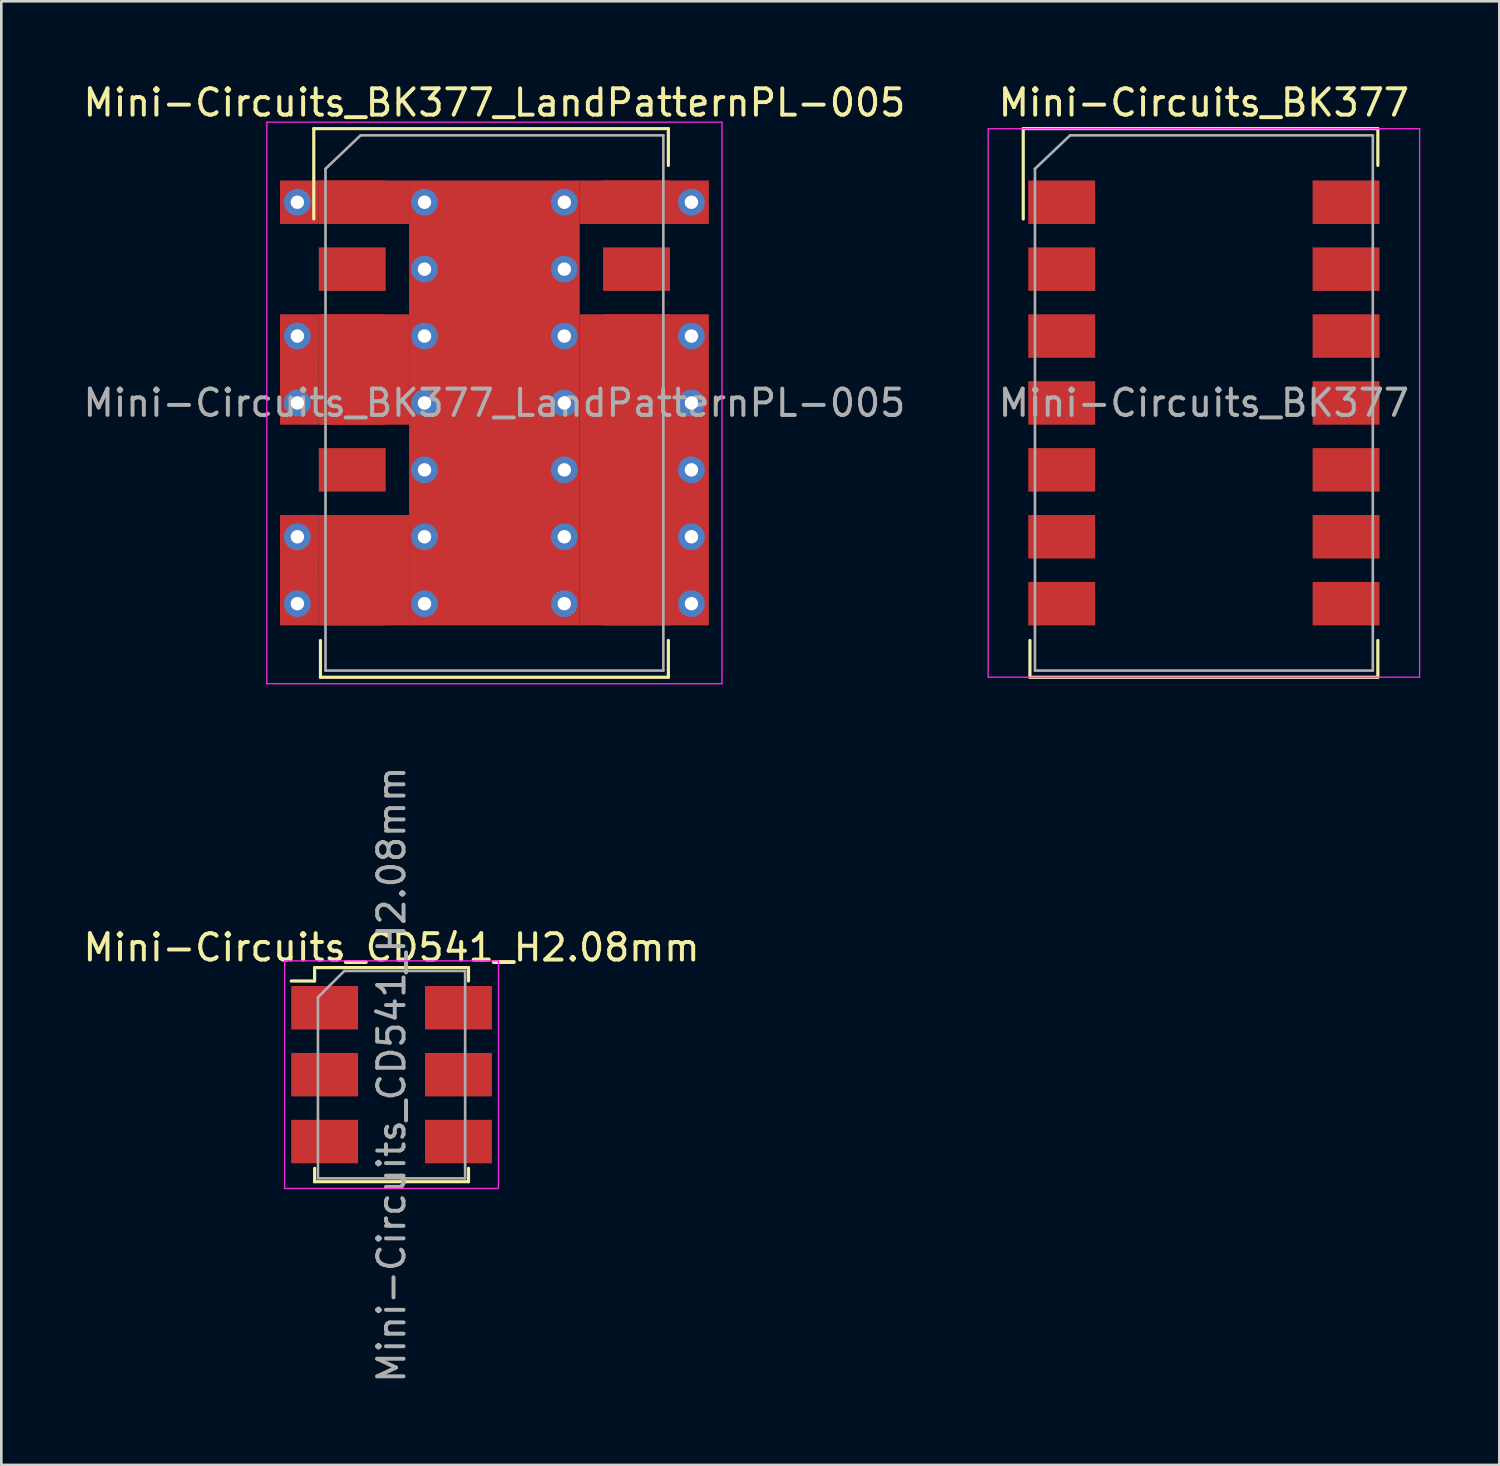
<source format=kicad_pcb>
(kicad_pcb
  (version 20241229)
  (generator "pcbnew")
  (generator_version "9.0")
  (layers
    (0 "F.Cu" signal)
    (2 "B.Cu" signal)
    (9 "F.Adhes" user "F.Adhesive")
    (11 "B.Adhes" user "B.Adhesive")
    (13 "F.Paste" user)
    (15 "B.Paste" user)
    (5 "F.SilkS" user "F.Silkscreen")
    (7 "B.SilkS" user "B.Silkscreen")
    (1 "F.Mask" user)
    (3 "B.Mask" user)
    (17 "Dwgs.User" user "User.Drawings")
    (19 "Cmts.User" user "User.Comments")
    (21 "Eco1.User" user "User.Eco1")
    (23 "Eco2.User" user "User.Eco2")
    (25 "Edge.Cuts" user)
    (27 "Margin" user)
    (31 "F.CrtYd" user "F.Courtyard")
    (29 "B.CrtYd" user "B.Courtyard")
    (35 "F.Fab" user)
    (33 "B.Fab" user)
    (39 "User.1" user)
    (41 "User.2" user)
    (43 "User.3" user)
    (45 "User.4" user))
  (footprint "Mini-Circuits_BK377"
    (layer "F.Cu")
    (at 42.655 12.248)
    (property "Reference" "Mini-Circuits_BK377" (at 0 -11.4 0) (layer "F.SilkS") (effects (font (size 1 1) (thickness 0.15))))
    (attr smd)
    (fp_line (start -6.858 -10.414) (end 6.604 -10.414) (stroke (width 0.12) (type solid)) (layer "F.SilkS"))
    (fp_line (start -6.858 -6.985) (end -6.858 -10.414) (stroke (width 0.12) (type solid)) (layer "F.SilkS"))
    (fp_line (start -6.604 9.017) (end -6.604 10.414) (stroke (width 0.12) (type solid)) (layer "F.SilkS"))
    (fp_line (start -6.604 10.414) (end 6.604 10.414) (stroke (width 0.12) (type solid)) (layer "F.SilkS"))
    (fp_line (start 6.604 -10.414) (end 6.604 -9.017) (stroke (width 0.12) (type solid)) (layer "F.SilkS"))
    (fp_line (start 6.604 10.414) (end 6.604 9.017) (stroke (width 0.12) (type solid)) (layer "F.SilkS"))
    (fp_line (start -8.19 -10.41) (end -8.19 10.41) (stroke (width 0.05) (type solid)) (layer "F.CrtYd"))
    (fp_line (start -8.19 -10.41) (end 8.19 -10.41) (stroke (width 0.05) (type solid)) (layer "F.CrtYd"))
    (fp_line (start 8.19 10.41) (end -8.19 10.41) (stroke (width 0.05) (type solid)) (layer "F.CrtYd"))
    (fp_line (start 8.19 10.41) (end 8.19 -10.41) (stroke (width 0.05) (type solid)) (layer "F.CrtYd"))
    (fp_line (start -6.413 -8.89) (end -6.413 10.16) (stroke (width 0.1) (type solid)) (layer "F.Fab"))
    (fp_line (start -6.413 10.16) (end 6.413 10.16) (stroke (width 0.1) (type solid)) (layer "F.Fab"))
    (fp_line (start -5.08 -10.16) (end -6.413 -8.89) (stroke (width 0.1) (type solid)) (layer "F.Fab"))
    (fp_line (start 6.413 -10.16) (end -5.08 -10.16) (stroke (width 0.1) (type solid)) (layer "F.Fab"))
    (fp_line (start 6.413 10.16) (end 6.413 -10.16) (stroke (width 0.1) (type solid)) (layer "F.Fab"))
    (fp_text user "${REFERENCE}" (at 0 0 0) (layer "F.Fab") (effects (font (size 1 1) (thickness 0.15))))
    (pad "1" smd rect (at -6.668 -7.62) (size 2.54 1.651) (drill (offset 1.27 0)) (layers "F.Cu" "F.Mask" "F.Paste"))
    (pad "2" smd rect (at -5.397 -5.08) (size 2.54 1.651) (layers "F.Cu" "F.Mask" "F.Paste"))
    (pad "3" smd rect (at -6.668 -2.54) (size 2.54 1.651) (drill (offset 1.27 0)) (layers "F.Cu" "F.Mask" "F.Paste"))
    (pad "4" smd rect (at -6.668 0) (size 2.54 1.651) (drill (offset 1.27 0)) (layers "F.Cu" "F.Mask" "F.Paste"))
    (pad "5" smd rect (at -5.397 2.54) (size 2.54 1.651) (layers "F.Cu" "F.Mask" "F.Paste"))
    (pad "6" smd rect (at -6.668 5.08) (size 2.54 1.651) (drill (offset 1.27 0)) (layers "F.Cu" "F.Mask" "F.Paste"))
    (pad "7" smd rect (at -6.668 7.62) (size 2.54 1.651) (drill (offset 1.27 0)) (layers "F.Cu" "F.Mask" "F.Paste"))
    (pad "8" smd rect (at 6.668 7.62) (size 2.54 1.651) (drill (offset -1.27 0)) (layers "F.Cu" "F.Mask" "F.Paste"))
    (pad "9" smd rect (at 6.668 5.08) (size 2.54 1.651) (drill (offset -1.27 0)) (layers "F.Cu" "F.Mask" "F.Paste"))
    (pad "10" smd rect (at 6.668 2.54) (size 2.54 1.651) (drill (offset -1.27 0)) (layers "F.Cu" "F.Mask" "F.Paste"))
    (pad "11" smd rect (at 6.668 0) (size 2.54 1.651) (drill (offset -1.27 0)) (layers "F.Cu" "F.Mask" "F.Paste"))
    (pad "12" smd rect (at 6.668 -2.54) (size 2.54 1.651) (drill (offset -1.27 0)) (layers "F.Cu" "F.Mask" "F.Paste"))
    (pad "13" smd rect (at 5.397 -5.08) (size 2.54 1.651) (layers "F.Cu" "F.Mask" "F.Paste"))
    (pad "14" smd rect (at 5.397 -7.62) (size 2.54 1.651) (layers "F.Cu" "F.Mask" "F.Paste")))
  (footprint "Mini-Circuits_BK377_LandPatternPL-005"
    (layer "F.Cu")
    (at 15.72 12.248)
    (property "Reference" "Mini-Circuits_BK377_LandPatternPL-005" (at 0 -11.4 0) (layer "F.SilkS") (effects (font (size 1 1) (thickness 0.15))))
    (attr smd)
    (fp_line (start -6.858 -10.414) (end 6.604 -10.414) (stroke (width 0.12) (type solid)) (layer "F.SilkS"))
    (fp_line (start -6.858 -6.985) (end -6.858 -10.414) (stroke (width 0.12) (type solid)) (layer "F.SilkS"))
    (fp_line (start -6.604 9.017) (end -6.604 10.414) (stroke (width 0.12) (type solid)) (layer "F.SilkS"))
    (fp_line (start -6.604 10.414) (end 6.604 10.414) (stroke (width 0.12) (type solid)) (layer "F.SilkS"))
    (fp_line (start 6.604 -10.414) (end 6.604 -9.017) (stroke (width 0.12) (type solid)) (layer "F.SilkS"))
    (fp_line (start 6.604 10.414) (end 6.604 9.017) (stroke (width 0.12) (type solid)) (layer "F.SilkS"))
    (fp_line (start -8.64 -10.66) (end -8.64 10.66) (stroke (width 0.05) (type solid)) (layer "F.CrtYd"))
    (fp_line (start -8.64 -10.66) (end 8.64 -10.66) (stroke (width 0.05) (type solid)) (layer "F.CrtYd"))
    (fp_line (start 8.64 10.66) (end -8.64 10.66) (stroke (width 0.05) (type solid)) (layer "F.CrtYd"))
    (fp_line (start 8.64 10.66) (end 8.64 -10.66) (stroke (width 0.05) (type solid)) (layer "F.CrtYd"))
    (fp_line (start -6.413 -8.89) (end -6.413 10.16) (stroke (width 0.1) (type solid)) (layer "F.Fab"))
    (fp_line (start -6.413 10.16) (end 6.413 10.16) (stroke (width 0.1) (type solid)) (layer "F.Fab"))
    (fp_line (start -5.08 -10.16) (end -6.413 -8.89) (stroke (width 0.1) (type solid)) (layer "F.Fab"))
    (fp_line (start 6.413 -10.16) (end -5.08 -10.16) (stroke (width 0.1) (type solid)) (layer "F.Fab"))
    (fp_line (start 6.413 10.16) (end 6.413 -10.16) (stroke (width 0.1) (type solid)) (layer "F.Fab"))
    (fp_text user "${REFERENCE}" (at 0 0 0) (layer "F.Fab") (effects (font (size 1 1) (thickness 0.15))))
    (pad "1" thru_hole circle (at -7.48 -7.62) (size 1.016 1.016) (drill 0.508) (layers "*.Cu"))
    (pad "1" thru_hole circle (at -7.48 -2.54) (size 1.016 1.016) (drill 0.508) (layers "*.Cu"))
    (pad "1" thru_hole circle (at -7.48 0) (size 1.016 1.016) (drill 0.508) (layers "*.Cu"))
    (pad "1" thru_hole circle (at -7.48 5.08) (size 1.016 1.016) (drill 0.508) (layers "*.Cu"))
    (pad "1" thru_hole circle (at -7.48 7.62) (size 1.016 1.016) (drill 0.508) (layers "*.Cu"))
    (pad "1" smd rect (at -7.404 -7.62) (size 1.473 1.651) (layers "F.Cu"))
    (pad "1" smd rect (at -7.404 -1.27) (size 1.473 4.191) (layers "F.Cu"))
    (pad "1" smd rect (at -7.404 6.35) (size 1.473 4.191) (layers "F.Cu"))
    (pad "1" smd rect (at -6.668 -7.62) (size 2.54 1.651) (drill (offset 1.27 0)) (layers "F.Cu" "F.Mask" "F.Paste"))
    (pad "1" smd rect (at -4.953 -7.62) (size 3.429 1.651) (layers "F.Cu"))
    (pad "1" smd rect (at -4.953 -1.27) (size 3.429 4.191) (layers "F.Cu"))
    (pad "1" smd rect (at -4.953 6.35) (size 3.429 4.191) (layers "F.Cu"))
    (pad "1" thru_hole circle (at -2.654 -7.62) (size 1.016 1.016) (drill 0.508) (layers "*.Cu"))
    (pad "1" thru_hole circle (at -2.654 -5.08) (size 1.016 1.016) (drill 0.508) (layers "*.Cu"))
    (pad "1" thru_hole circle (at -2.654 -2.54) (size 1.016 1.016) (drill 0.508) (layers "*.Cu"))
    (pad "1" thru_hole circle (at -2.654 0) (size 1.016 1.016) (drill 0.508) (layers "*.Cu"))
    (pad "1" thru_hole circle (at -2.654 2.54) (size 1.016 1.016) (drill 0.508) (layers "*.Cu"))
    (pad "1" thru_hole circle (at -2.654 5.08) (size 1.016 1.016) (drill 0.508) (layers "*.Cu"))
    (pad "1" thru_hole circle (at -2.654 7.62) (size 1.016 1.016) (drill 0.508) (layers "*.Cu"))
    (pad "1" smd rect (at 0 0) (size 6.477 16.891) (layers "F.Cu"))
    (pad "1" thru_hole circle (at 2.654 -7.62) (size 1.016 1.016) (drill 0.508) (layers "*.Cu"))
    (pad "1" thru_hole circle (at 2.654 -5.08) (size 1.016 1.016) (drill 0.508) (layers "*.Cu"))
    (pad "1" thru_hole circle (at 2.654 -2.54) (size 1.016 1.016) (drill 0.508) (layers "*.Cu"))
    (pad "1" thru_hole circle (at 2.654 0) (size 1.016 1.016) (drill 0.508) (layers "*.Cu"))
    (pad "1" thru_hole circle (at 2.654 2.54) (size 1.016 1.016) (drill 0.508) (layers "*.Cu"))
    (pad "1" thru_hole circle (at 2.654 5.08) (size 1.016 1.016) (drill 0.508) (layers "*.Cu"))
    (pad "1" thru_hole circle (at 2.654 7.62) (size 1.016 1.016) (drill 0.508) (layers "*.Cu"))
    (pad "1" smd rect (at 4.953 -7.62) (size 3.429 1.651) (layers "F.Cu"))
    (pad "1" smd rect (at 4.953 2.54) (size 3.429 11.811) (layers "F.Cu"))
    (pad "1" smd rect (at 7.404 -7.62) (size 1.473 1.651) (layers "F.Cu"))
    (pad "1" smd rect (at 7.404 2.54) (size 1.473 11.811) (layers "F.Cu"))
    (pad "1" thru_hole circle (at 7.48 -7.62) (size 1.016 1.016) (drill 0.508) (layers "*.Cu"))
    (pad "1" thru_hole circle (at 7.48 -2.54) (size 1.016 1.016) (drill 0.508) (layers "*.Cu"))
    (pad "1" thru_hole circle (at 7.48 0) (size 1.016 1.016) (drill 0.508) (layers "*.Cu"))
    (pad "1" thru_hole circle (at 7.48 2.54) (size 1.016 1.016) (drill 0.508) (layers "*.Cu"))
    (pad "1" thru_hole circle (at 7.48 5.08) (size 1.016 1.016) (drill 0.508) (layers "*.Cu"))
    (pad "1" thru_hole circle (at 7.48 7.62) (size 1.016 1.016) (drill 0.508) (layers "*.Cu"))
    (pad "2" smd rect (at -5.397 -5.08) (size 2.54 1.651) (layers "F.Cu" "F.Mask" "F.Paste"))
    (pad "3" smd rect (at -6.668 -2.54) (size 2.54 1.651) (drill (offset 1.27 0)) (layers "F.Cu" "F.Mask" "F.Paste"))
    (pad "4" smd rect (at -6.668 0) (size 2.54 1.651) (drill (offset 1.27 0)) (layers "F.Cu" "F.Mask" "F.Paste"))
    (pad "5" smd rect (at -5.397 2.54) (size 2.54 1.651) (layers "F.Cu" "F.Mask" "F.Paste"))
    (pad "6" smd rect (at -6.668 5.08) (size 2.54 1.651) (drill (offset 1.27 0)) (layers "F.Cu" "F.Mask" "F.Paste"))
    (pad "7" smd rect (at -6.668 7.62) (size 2.54 1.651) (drill (offset 1.27 0)) (layers "F.Cu" "F.Mask" "F.Paste"))
    (pad "8" smd rect (at 6.668 7.62) (size 2.54 1.651) (drill (offset -1.27 0)) (layers "F.Cu" "F.Mask" "F.Paste"))
    (pad "9" smd rect (at 6.668 5.08) (size 2.54 1.651) (drill (offset -1.27 0)) (layers "F.Cu" "F.Mask" "F.Paste"))
    (pad "10" smd rect (at 6.668 2.54) (size 2.54 1.651) (drill (offset -1.27 0)) (layers "F.Cu" "F.Mask" "F.Paste"))
    (pad "11" smd rect (at 6.668 0) (size 2.54 1.651) (drill (offset -1.27 0)) (layers "F.Cu" "F.Mask" "F.Paste"))
    (pad "12" smd rect (at 6.668 -2.54) (size 2.54 1.651) (drill (offset -1.27 0)) (layers "F.Cu" "F.Mask" "F.Paste"))
    (pad "13" smd rect (at 5.397 -5.08) (size 2.54 1.651) (layers "F.Cu" "F.Mask" "F.Paste"))
    (pad "14" smd rect (at 5.397 -7.62) (size 2.54 1.651) (layers "F.Cu" "F.Mask" "F.Paste")))
  (footprint "Mini-Circuits_CD541_H2.08mm"
    (layer "F.Cu")
    (at 11.815 37.749)
    (property "Reference" "Mini-Circuits_CD541_H2.08mm" (at 0 -4.826 0) (layer "F.SilkS") (effects (font (size 1 1) (thickness 0.15))))
    (attr smd)
    (fp_line (start -2.921 -4.064) (end -2.921 -3.556) (stroke (width 0.12) (type solid)) (layer "F.SilkS"))
    (fp_line (start -2.921 -3.556) (end -3.81 -3.556) (stroke (width 0.12) (type solid)) (layer "F.SilkS"))
    (fp_line (start -2.921 3.556) (end -2.921 4.064) (stroke (width 0.12) (type solid)) (layer "F.SilkS"))
    (fp_line (start -2.921 4.064) (end 2.921 4.064) (stroke (width 0.12) (type solid)) (layer "F.SilkS"))
    (fp_line (start 2.921 -4.064) (end -2.921 -4.064) (stroke (width 0.12) (type solid)) (layer "F.SilkS"))
    (fp_line (start 2.921 -3.556) (end 2.921 -4.064) (stroke (width 0.12) (type solid)) (layer "F.SilkS"))
    (fp_line (start 2.921 4.064) (end 2.921 3.556) (stroke (width 0.12) (type solid)) (layer "F.SilkS"))
    (fp_line (start -4.06 4.32) (end -4.06 -4.32) (stroke (width 0.05) (type solid)) (layer "F.CrtYd"))
    (fp_line (start 4.06 -4.32) (end -4.06 -4.32) (stroke (width 0.05) (type solid)) (layer "F.CrtYd"))
    (fp_line (start 4.06 4.32) (end -4.06 4.32) (stroke (width 0.05) (type solid)) (layer "F.CrtYd"))
    (fp_line (start 4.06 4.32) (end 4.06 -4.32) (stroke (width 0.05) (type solid)) (layer "F.CrtYd"))
    (fp_line (start -2.794 3.937) (end -2.794 -2.937) (stroke (width 0.1) (type solid)) (layer "F.Fab"))
    (fp_line (start -1.794 -3.937) (end -2.794 -2.937) (stroke (width 0.1) (type solid)) (layer "F.Fab"))
    (fp_line (start -1.794 -3.937) (end 2.794 -3.937) (stroke (width 0.1) (type solid)) (layer "F.Fab"))
    (fp_line (start 2.794 -3.937) (end 2.794 3.937) (stroke (width 0.1) (type solid)) (layer "F.Fab"))
    (fp_line (start 2.794 3.937) (end -2.794 3.937) (stroke (width 0.1) (type solid)) (layer "F.Fab"))
    (fp_text user "${REFERENCE}" (at 0 0 90) (layer "F.Fab") (effects (font (size 1 1) (thickness 0.15))))
    (pad "1" smd rect (at -2.54 -2.54) (size 2.54 1.65) (layers "F.Cu" "F.Mask" "F.Paste"))
    (pad "2" smd rect (at -2.54 0) (size 2.54 1.65) (layers "F.Cu" "F.Mask" "F.Paste"))
    (pad "3" smd rect (at -2.54 2.54) (size 2.54 1.65) (layers "F.Cu" "F.Mask" "F.Paste"))
    (pad "4" smd rect (at 2.54 2.54) (size 2.54 1.65) (layers "F.Cu" "F.Mask" "F.Paste"))
    (pad "5" smd rect (at 2.54 0) (size 2.54 1.65) (layers "F.Cu" "F.Mask" "F.Paste"))
    (pad "6" smd rect (at 2.54 -2.54) (size 2.54 1.65) (layers "F.Cu" "F.Mask" "F.Paste")))
  (gr_rect
    (start -3 -3)
    (end 53.87 52.564)
    (stroke (width 0.1) (type default))
    (fill no)
    (layer "Edge.Cuts")))
</source>
